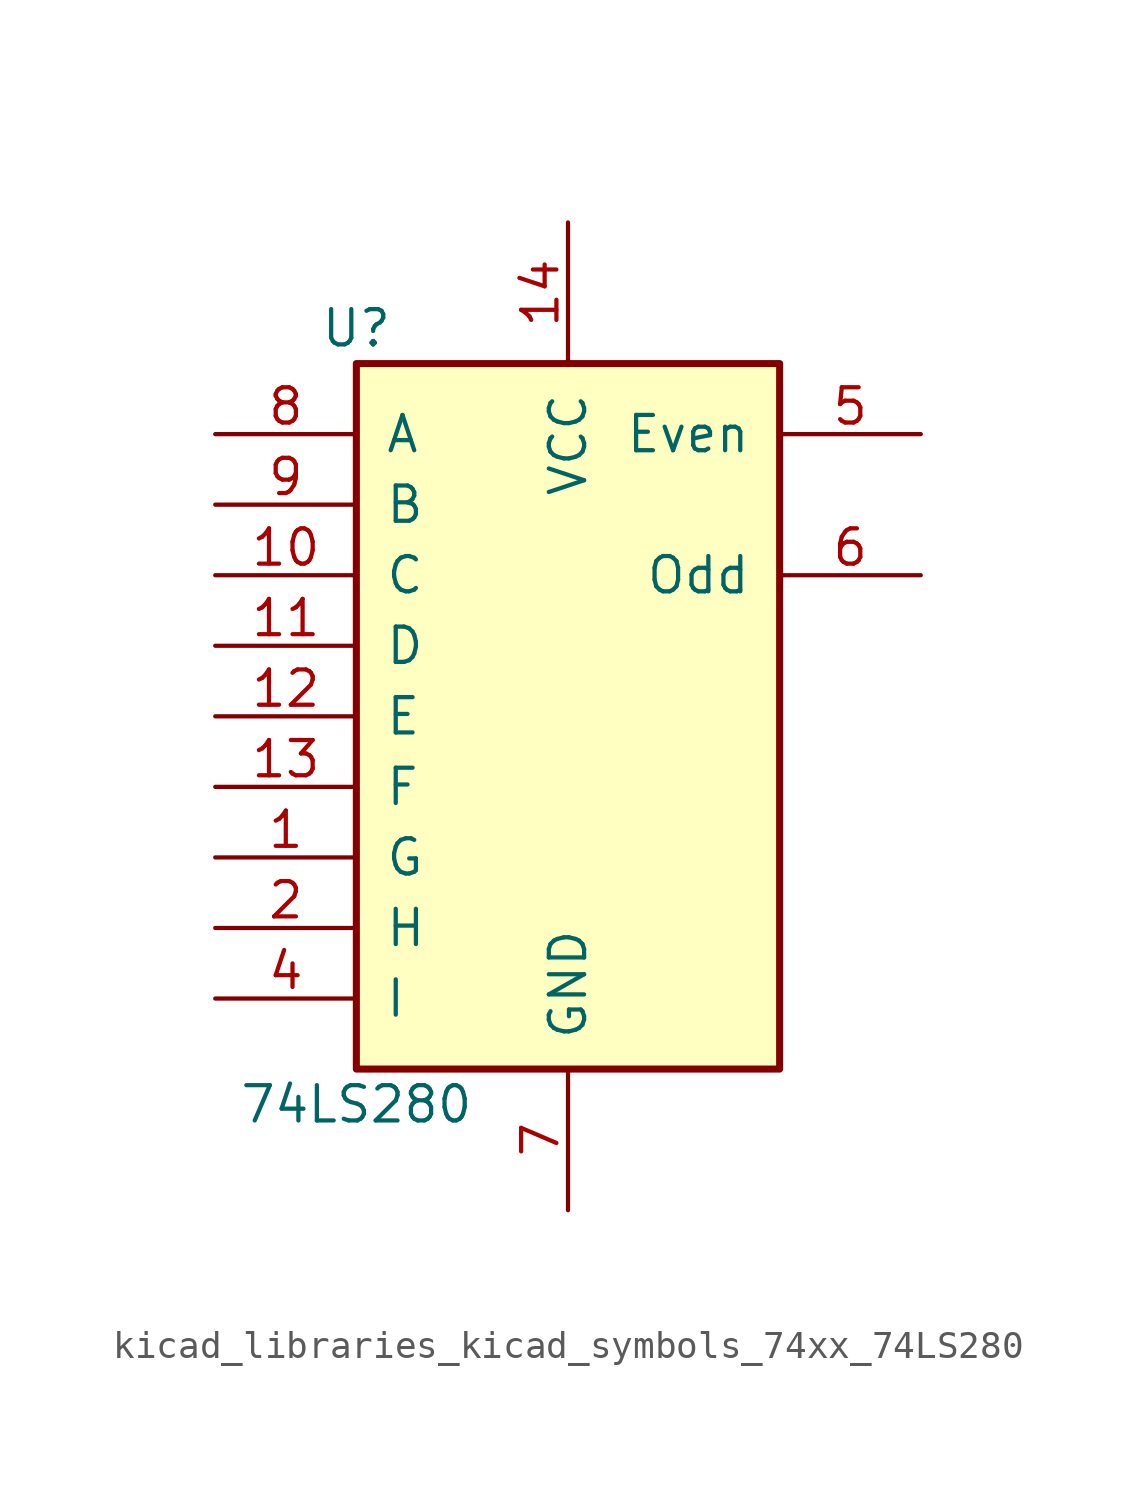
<source format=kicad_sym>
(kicad_symbol_lib
  (version 20220914)
  (generator kicad_symbol_editor)
  (symbol "kicad_libraries_kicad_symbols_74xx_74LS280"
    (pin_names
      (offset 1.016))
    (property "Reference" "U"
      (at -7.62 13.97 0)
      (effects (font (size 1.27 1.27))))
    (property "Value" "74LS280"
      (at -7.62 -13.97 0)
      (effects (font (size 1.27 1.27))))
    (property "ki_locked" ""
      (at 0 0 0)
      (effects (font (size 1.27 1.27))))
    (symbol "kicad_libraries_kicad_symbols_74xx_74LS280_1_0"
      (pin input line (at -12.7 -5.08 0) (length 5.08) (name "G" (effects (font (size 1.27 1.27)))) (number "1" (effects (font (size 1.27 1.27)))))
      (pin input line (at -12.7 5.08 0) (length 5.08) (name "C" (effects (font (size 1.27 1.27)))) (number "10" (effects (font (size 1.27 1.27)))))
      (pin input line (at -12.7 2.54 0) (length 5.08) (name "D" (effects (font (size 1.27 1.27)))) (number "11" (effects (font (size 1.27 1.27)))))
      (pin input line (at -12.7 0 0) (length 5.08) (name "E" (effects (font (size 1.27 1.27)))) (number "12" (effects (font (size 1.27 1.27)))))
      (pin input line (at -12.7 -2.54 0) (length 5.08) (name "F" (effects (font (size 1.27 1.27)))) (number "13" (effects (font (size 1.27 1.27)))))
      (pin power_in line (at 0 17.78 270) (length 5.08) (name "VCC" (effects (font (size 1.27 1.27)))) (number "14" (effects (font (size 1.27 1.27)))))
      (pin input line (at -12.7 -7.62 0) (length 5.08) (name "H" (effects (font (size 1.27 1.27)))) (number "2" (effects (font (size 1.27 1.27)))))
      (pin input line (at -12.7 -10.16 0) (length 5.08) (name "I" (effects (font (size 1.27 1.27)))) (number "4" (effects (font (size 1.27 1.27)))))
      (pin output line (at 12.7 10.16 180) (length 5.08) (name "Even" (effects (font (size 1.27 1.27)))) (number "5" (effects (font (size 1.27 1.27)))))
      (pin output line (at 12.7 5.08 180) (length 5.08) (name "Odd" (effects (font (size 1.27 1.27)))) (number "6" (effects (font (size 1.27 1.27)))))
      (pin power_in line (at 0 -17.78 90) (length 5.08) (name "GND" (effects (font (size 1.27 1.27)))) (number "7" (effects (font (size 1.27 1.27)))))
      (pin input line (at -12.7 10.16 0) (length 5.08) (name "A" (effects (font (size 1.27 1.27)))) (number "8" (effects (font (size 1.27 1.27)))))
      (pin input line (at -12.7 7.62 0) (length 5.08) (name "B" (effects (font (size 1.27 1.27)))) (number "9" (effects (font (size 1.27 1.27))))))
    (symbol "kicad_libraries_kicad_symbols_74xx_74LS280_1_1"
      (rectangle (start -7.62 12.7) (end 7.62 -12.7) (stroke (width 0.254) (type default)) (fill (type background)))
      (pin no_connect line (at 7.62 0 180) (length 2.54) hide (name "NC" (effects (font (size 1.27 1.27)))) (number "3" (effects (font (size 1.27 1.27))))))))
</source>
